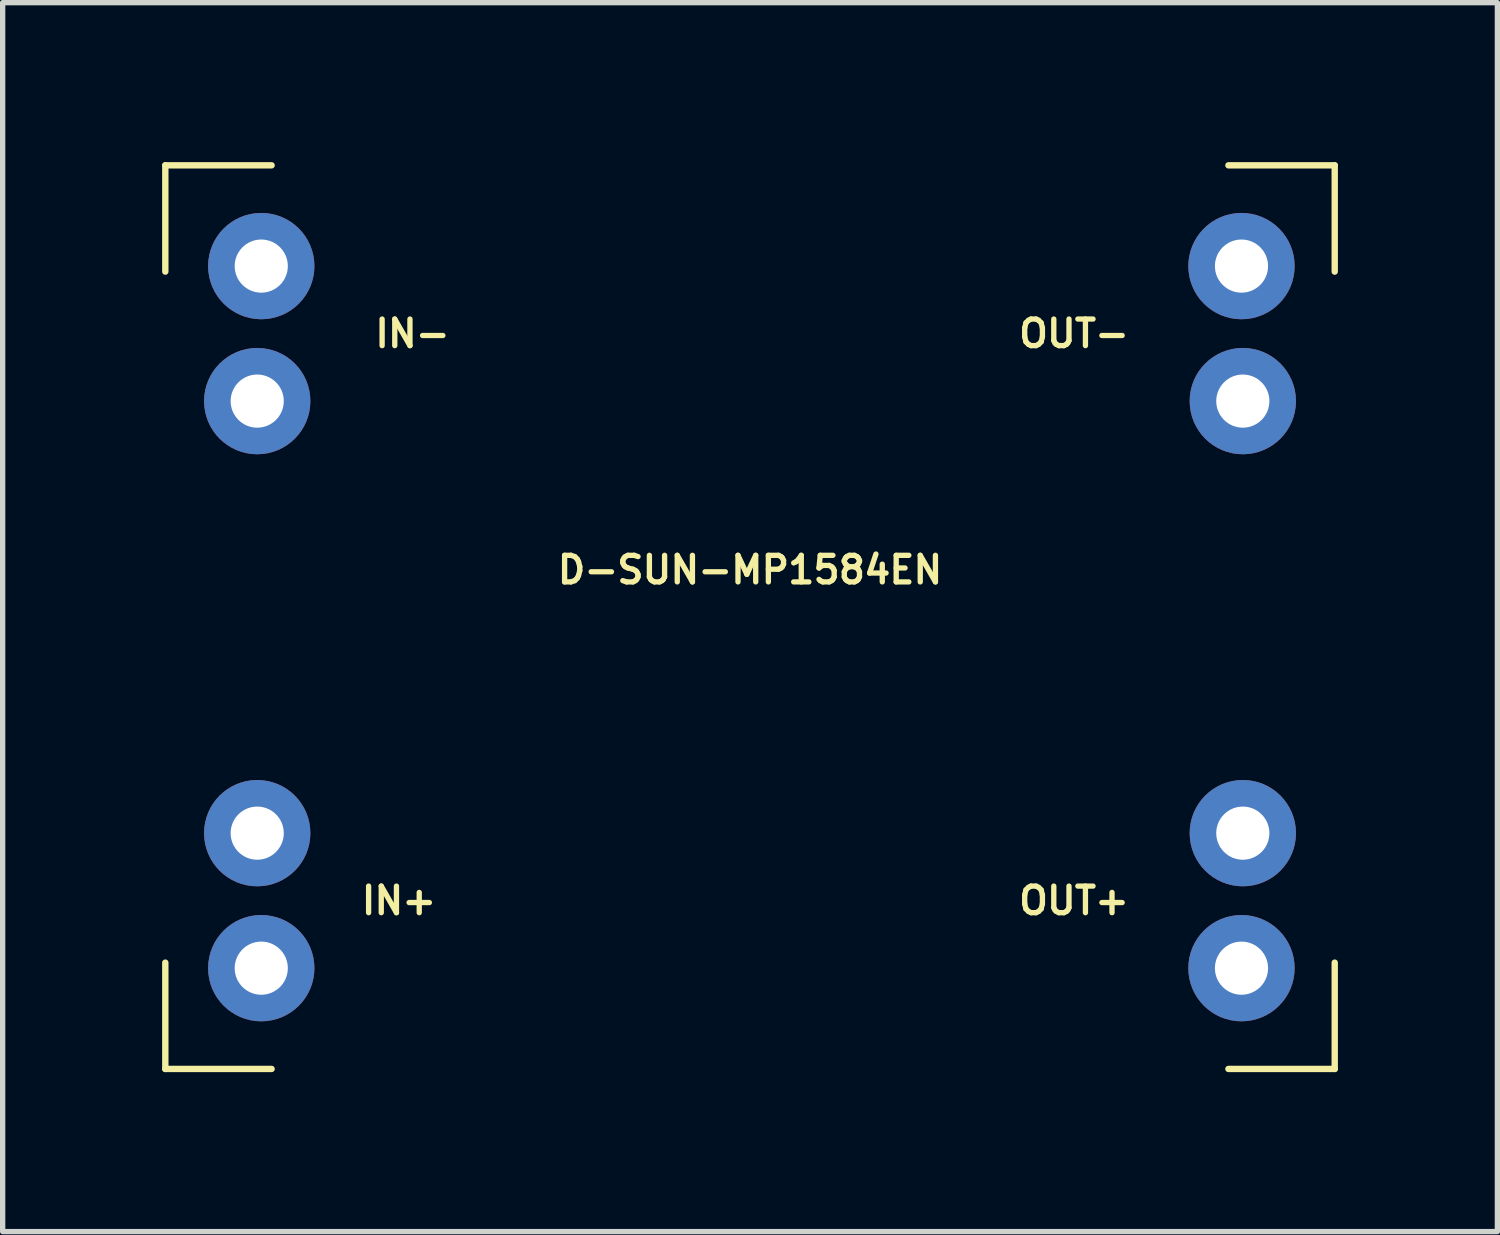
<source format=kicad_pcb>
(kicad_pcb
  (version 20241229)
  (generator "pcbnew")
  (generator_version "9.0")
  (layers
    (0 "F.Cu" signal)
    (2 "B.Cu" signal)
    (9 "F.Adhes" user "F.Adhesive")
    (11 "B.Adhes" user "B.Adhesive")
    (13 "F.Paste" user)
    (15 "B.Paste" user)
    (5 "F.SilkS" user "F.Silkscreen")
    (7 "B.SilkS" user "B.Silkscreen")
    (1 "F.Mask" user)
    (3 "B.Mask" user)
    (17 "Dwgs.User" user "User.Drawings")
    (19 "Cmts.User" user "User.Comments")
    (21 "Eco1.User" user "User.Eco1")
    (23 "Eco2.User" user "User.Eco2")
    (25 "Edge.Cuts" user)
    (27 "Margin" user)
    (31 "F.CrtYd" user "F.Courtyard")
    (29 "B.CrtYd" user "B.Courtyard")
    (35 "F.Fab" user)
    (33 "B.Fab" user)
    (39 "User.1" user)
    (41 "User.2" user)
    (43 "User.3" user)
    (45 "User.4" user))
  (footprint "D-SUN-MP1584EN"
    (layer "F.Cu")
    (at 11.06 8.56)
    (property "Reference" "D-SUN-MP1584EN" (at 0 -0.889 180) (layer "F.SilkS") (effects (font (size 0.5 0.5) (thickness 0.1))))
    (attr through_hole)
    (fp_line (start -11 -8.5) (end -9 -8.5) (stroke (width 0.12) (type solid)) (layer "F.SilkS"))
    (fp_line (start -11 -6.5) (end -11 -8.5) (stroke (width 0.12) (type solid)) (layer "F.SilkS"))
    (fp_line (start -11 8.5) (end -11 6.5) (stroke (width 0.12) (type solid)) (layer "F.SilkS"))
    (fp_line (start -11 8.5) (end -9 8.5) (stroke (width 0.12) (type solid)) (layer "F.SilkS"))
    (fp_line (start 11 -8.5) (end 9 -8.5) (stroke (width 0.12) (type solid)) (layer "F.SilkS"))
    (fp_line (start 11 -8.5) (end 11 -6.5) (stroke (width 0.12) (type solid)) (layer "F.SilkS"))
    (fp_line (start 11 8.5) (end 9 8.5) (stroke (width 0.12) (type solid)) (layer "F.SilkS"))
    (fp_line (start 11 8.5) (end 11 6.5) (stroke (width 0.12) (type solid)) (layer "F.SilkS"))
    (fp_text user "OUT-" (at 6.096 -5.334 180) (layer "F.SilkS") (effects (font (size 0.5 0.5) (thickness 0.1))))
    (fp_text user "IN-" (at -6.35 -5.334 180) (layer "F.SilkS") (effects (font (size 0.5 0.5) (thickness 0.1))))
    (fp_text user "IN+" (at -6.604 5.334 180) (layer "F.SilkS") (effects (font (size 0.5 0.5) (thickness 0.1))))
    (fp_text user "OUT+" (at 6.096 5.334 180) (layer "F.SilkS") (effects (font (size 0.5 0.5) (thickness 0.1))))
    (pad "1" thru_hole circle (at -9.195 -6.604) (size 2 2) (drill 1) (layers "*.Cu" "*.Mask"))
    (pad "2" thru_hole circle (at -9.271 -4.064) (size 2 2) (drill 1) (layers "*.Cu" "*.Mask"))
    (pad "3" thru_hole circle (at -9.271 4.064) (size 2 2) (drill 1) (layers "*.Cu" "*.Mask"))
    (pad "4" thru_hole circle (at -9.195 6.604) (size 2 2) (drill 1) (layers "*.Cu" "*.Mask"))
    (pad "5" thru_hole circle (at 9.246 -6.604) (size 2 2) (drill 1) (layers "*.Cu" "*.Mask"))
    (pad "6" thru_hole circle (at 9.271 -4.064) (size 2 2) (drill 1) (layers "*.Cu" "*.Mask"))
    (pad "7" thru_hole circle (at 9.271 4.064) (size 2 2) (drill 1) (layers "*.Cu" "*.Mask"))
    (pad "8" thru_hole circle (at 9.246 6.604) (size 2 2) (drill 1) (layers "*.Cu" "*.Mask")))
  (gr_rect
    (start -3 -3)
    (end 25.12 20.12)
    (stroke (width 0.1) (type default))
    (fill no)
    (layer "Edge.Cuts")))
</source>
